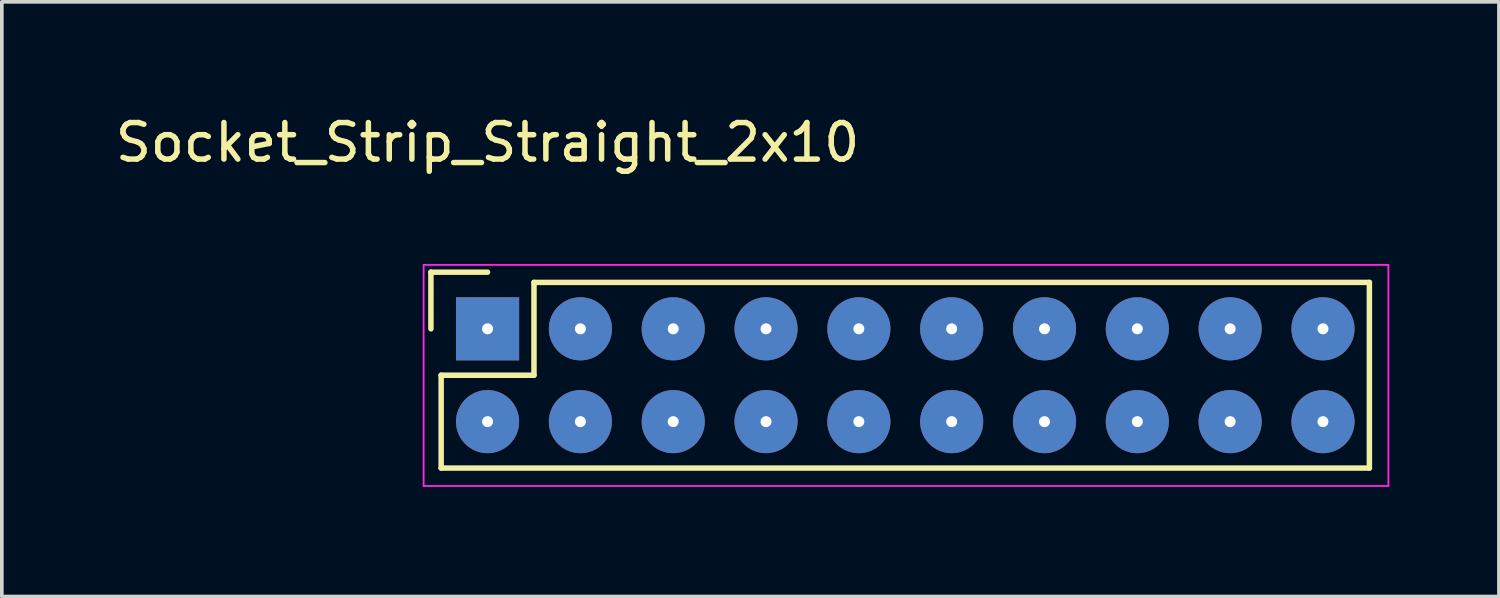
<source format=kicad_pcb>
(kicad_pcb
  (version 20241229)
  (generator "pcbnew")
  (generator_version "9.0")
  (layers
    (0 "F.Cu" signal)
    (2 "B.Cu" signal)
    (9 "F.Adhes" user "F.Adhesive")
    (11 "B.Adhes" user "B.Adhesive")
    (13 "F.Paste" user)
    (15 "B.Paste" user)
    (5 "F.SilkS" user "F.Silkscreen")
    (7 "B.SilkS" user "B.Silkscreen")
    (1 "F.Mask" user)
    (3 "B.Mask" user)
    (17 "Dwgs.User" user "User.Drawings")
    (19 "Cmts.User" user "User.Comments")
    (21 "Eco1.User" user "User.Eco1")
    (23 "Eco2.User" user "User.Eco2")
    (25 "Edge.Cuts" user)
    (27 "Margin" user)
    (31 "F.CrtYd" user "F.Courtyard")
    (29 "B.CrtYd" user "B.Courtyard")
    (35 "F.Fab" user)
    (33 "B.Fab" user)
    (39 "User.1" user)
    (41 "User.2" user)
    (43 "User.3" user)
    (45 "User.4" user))
  (footprint "Socket_Strip_Straight_2x10"
    (layer "F.Cu")
    (at 10.292 5.948)
    (property "Reference" "Socket_Strip_Straight_2x10" (at 0 -5.1 0) (layer "F.SilkS") (effects (font (size 1 1) (thickness 0.15))))
    (attr through_hole)
    (fp_line (start -1.55 -1.55) (end -1.55 0) (stroke (width 0.15) (type solid)) (layer "F.SilkS"))
    (fp_line (start -1.27 1.27) (end 1.27 1.27) (stroke (width 0.15) (type solid)) (layer "F.SilkS"))
    (fp_line (start -1.27 3.81) (end -1.27 1.27) (stroke (width 0.15) (type solid)) (layer "F.SilkS"))
    (fp_line (start 0 -1.55) (end -1.55 -1.55) (stroke (width 0.15) (type solid)) (layer "F.SilkS"))
    (fp_line (start 1.27 -1.27) (end 24.13 -1.27) (stroke (width 0.15) (type solid)) (layer "F.SilkS"))
    (fp_line (start 1.27 1.27) (end 1.27 -1.27) (stroke (width 0.15) (type solid)) (layer "F.SilkS"))
    (fp_line (start 24.13 3.81) (end -1.27 3.81) (stroke (width 0.15) (type solid)) (layer "F.SilkS"))
    (fp_line (start 24.13 3.81) (end 24.13 -1.27) (stroke (width 0.15) (type solid)) (layer "F.SilkS"))
    (fp_line (start -1.75 -1.75) (end -1.75 4.3) (stroke (width 0.05) (type solid)) (layer "F.CrtYd"))
    (fp_line (start -1.75 -1.75) (end 24.65 -1.75) (stroke (width 0.05) (type solid)) (layer "F.CrtYd"))
    (fp_line (start -1.75 4.3) (end 24.65 4.3) (stroke (width 0.05) (type solid)) (layer "F.CrtYd"))
    (fp_line (start 24.65 -1.75) (end 24.65 4.3) (stroke (width 0.05) (type solid)) (layer "F.CrtYd"))
    (pad "1" thru_hole rect (at 0 0) (size 1.727 1.727) (drill 0.3) (layers "*.Cu" "*.Mask"))
    (pad "2" thru_hole oval (at 0 2.54) (size 1.727 1.727) (drill 0.3) (layers "*.Cu" "*.Mask"))
    (pad "3" thru_hole circle (at 2.54 0) (size 1.727 1.727) (drill 0.3) (layers "*.Cu" "*.Mask"))
    (pad "4" thru_hole oval (at 2.54 2.54) (size 1.727 1.727) (drill 0.3) (layers "*.Cu" "*.Mask"))
    (pad "5" thru_hole oval (at 5.08 0) (size 1.727 1.727) (drill 0.3) (layers "*.Cu" "*.Mask"))
    (pad "6" thru_hole oval (at 5.08 2.54) (size 1.727 1.727) (drill 0.3) (layers "*.Cu" "*.Mask"))
    (pad "7" thru_hole oval (at 7.62 0) (size 1.727 1.727) (drill 0.3) (layers "*.Cu" "*.Mask"))
    (pad "8" thru_hole oval (at 7.62 2.54) (size 1.727 1.727) (drill 0.3) (layers "*.Cu" "*.Mask"))
    (pad "9" thru_hole oval (at 10.16 0) (size 1.727 1.727) (drill 0.3) (layers "*.Cu" "*.Mask"))
    (pad "10" thru_hole oval (at 10.16 2.54) (size 1.727 1.727) (drill 0.3) (layers "*.Cu" "*.Mask"))
    (pad "11" thru_hole oval (at 12.7 0) (size 1.727 1.727) (drill 0.3) (layers "*.Cu" "*.Mask"))
    (pad "12" thru_hole oval (at 12.7 2.54) (size 1.727 1.727) (drill 0.3) (layers "*.Cu" "*.Mask"))
    (pad "13" thru_hole oval (at 15.24 0) (size 1.727 1.727) (drill 0.3) (layers "*.Cu" "*.Mask"))
    (pad "14" thru_hole oval (at 15.24 2.54) (size 1.727 1.727) (drill 0.3) (layers "*.Cu" "*.Mask"))
    (pad "15" thru_hole oval (at 17.78 0) (size 1.727 1.727) (drill 0.3) (layers "*.Cu" "*.Mask"))
    (pad "16" thru_hole oval (at 17.78 2.54) (size 1.727 1.727) (drill 0.3) (layers "*.Cu" "*.Mask"))
    (pad "17" thru_hole oval (at 20.32 0) (size 1.727 1.727) (drill 0.3) (layers "*.Cu" "*.Mask"))
    (pad "18" thru_hole oval (at 20.32 2.54) (size 1.727 1.727) (drill 0.3) (layers "*.Cu" "*.Mask"))
    (pad "19" thru_hole oval (at 22.86 0) (size 1.727 1.727) (drill 0.3) (layers "*.Cu" "*.Mask"))
    (pad "20" thru_hole oval (at 22.86 2.54) (size 1.727 1.727) (drill 0.3) (layers "*.Cu" "*.Mask")))
  (gr_rect
    (start -3 -3)
    (end 37.967 13.273)
    (stroke (width 0.1) (type default))
    (fill no)
    (layer "Edge.Cuts")))
</source>
